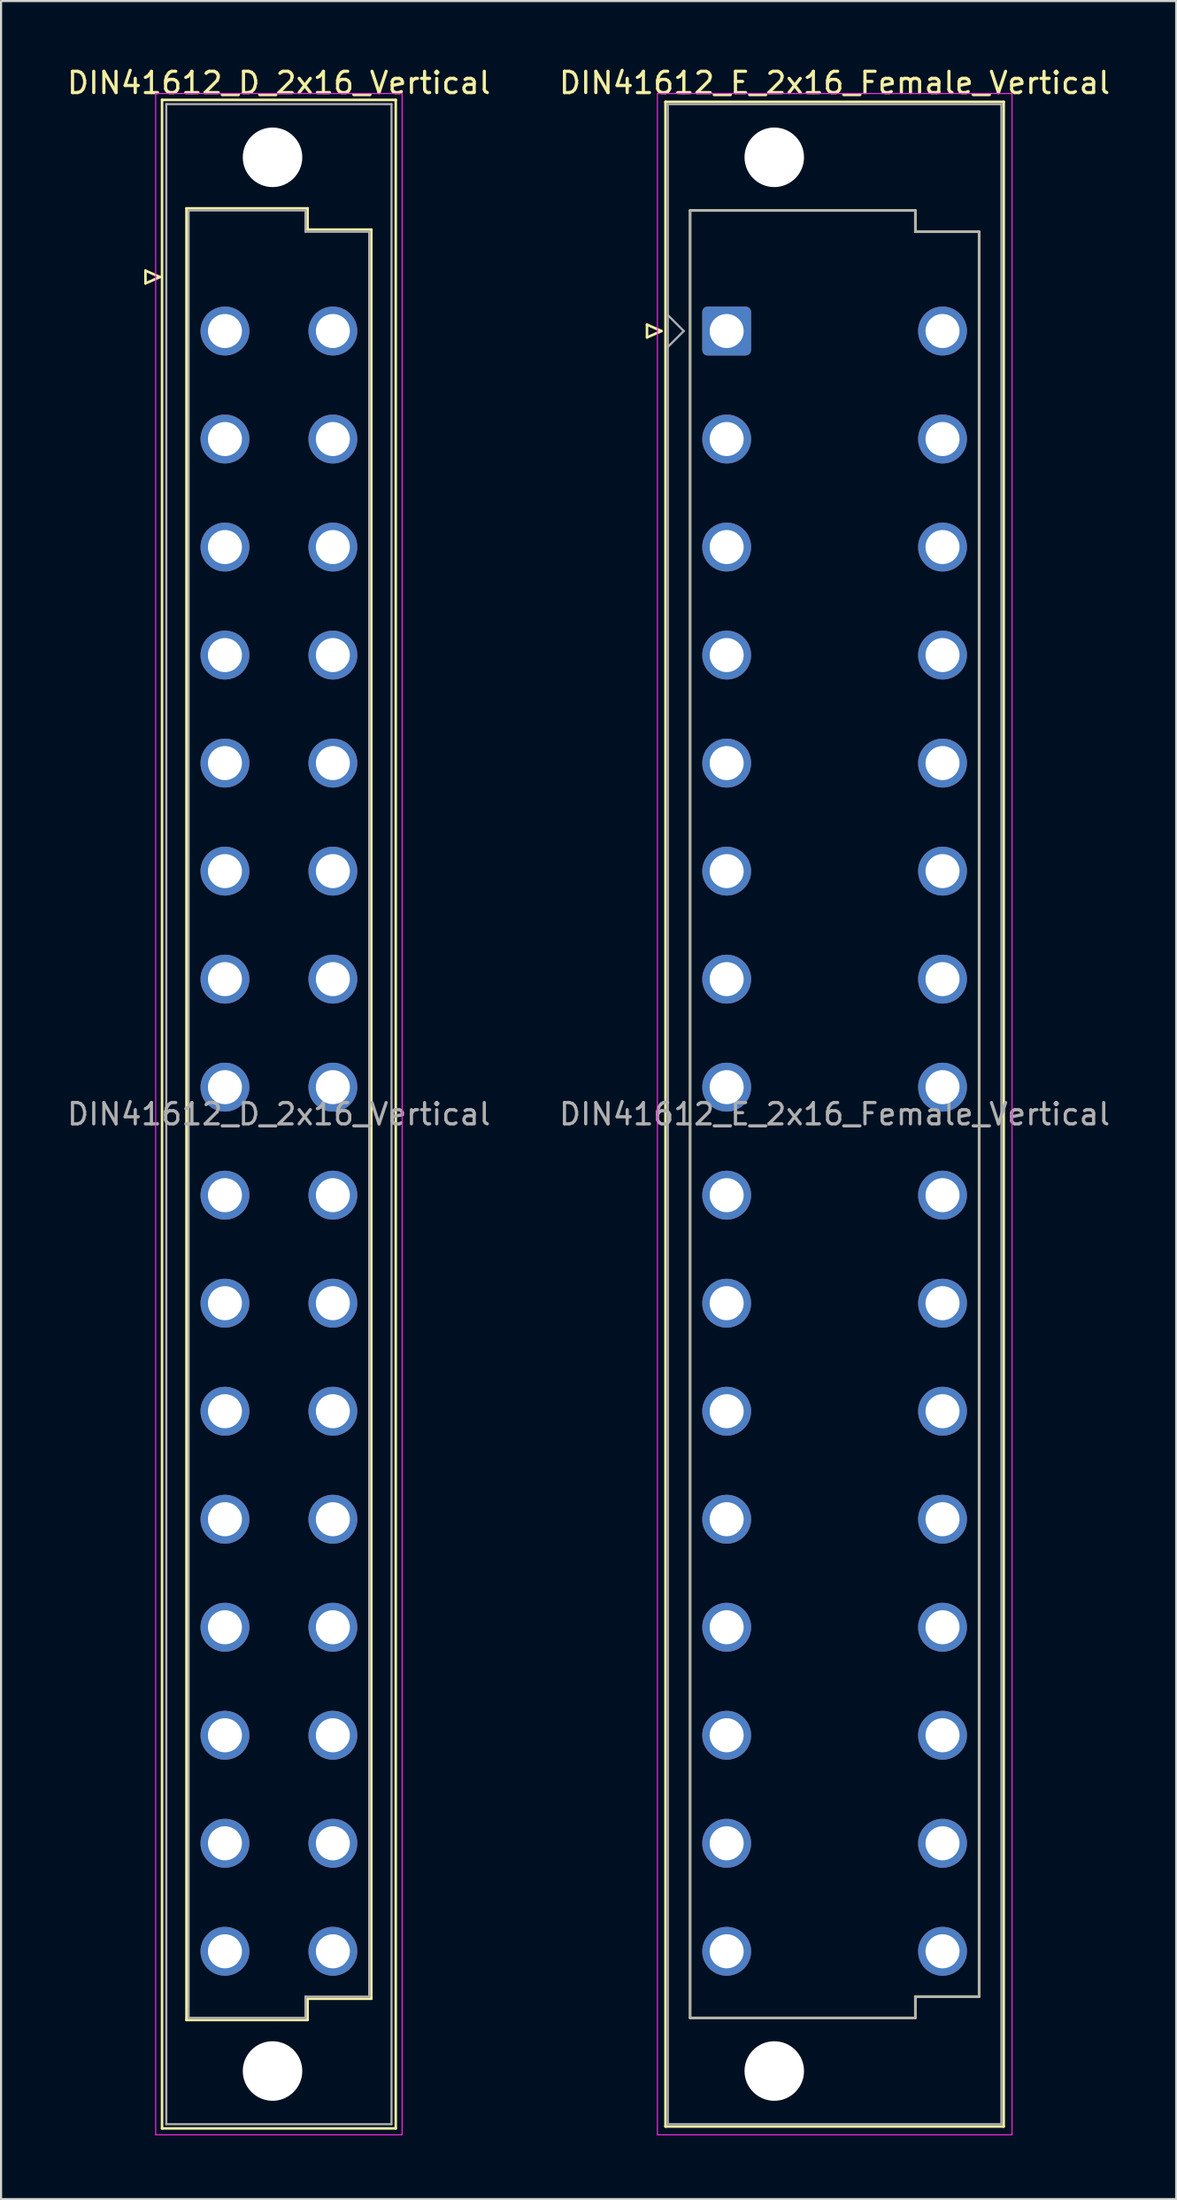
<source format=kicad_pcb>
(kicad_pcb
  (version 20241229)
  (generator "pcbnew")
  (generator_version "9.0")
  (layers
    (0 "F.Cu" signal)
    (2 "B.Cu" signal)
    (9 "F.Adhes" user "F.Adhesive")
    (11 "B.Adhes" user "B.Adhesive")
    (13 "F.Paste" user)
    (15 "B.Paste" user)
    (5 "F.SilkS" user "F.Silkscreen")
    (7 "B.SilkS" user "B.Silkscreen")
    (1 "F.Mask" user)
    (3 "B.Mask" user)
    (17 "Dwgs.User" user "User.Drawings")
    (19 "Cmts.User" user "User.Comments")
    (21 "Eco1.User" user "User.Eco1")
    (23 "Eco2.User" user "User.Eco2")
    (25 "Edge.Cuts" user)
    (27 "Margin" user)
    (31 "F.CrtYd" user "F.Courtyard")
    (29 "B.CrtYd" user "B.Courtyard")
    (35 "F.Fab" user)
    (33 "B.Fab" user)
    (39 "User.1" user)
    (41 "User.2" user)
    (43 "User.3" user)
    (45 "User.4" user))
  (footprint "DIN41612_E_2x16_Female_Vertical"
    (layer "F.Cu")
    (at 31.152 9.978)
    (property "Reference" "DIN41612_E_2x16_Female_Vertical" (at 5.08 -9.13 0) (layer "F.SilkS") (effects (font (size 1 1) (thickness 0.15))))
    (attr through_hole)
    (fp_line (start -3.75 2.24) (end -3.75 2.84) (stroke (width 0.12) (type solid)) (layer "F.SilkS"))
    (fp_line (start -3.75 2.84) (end -3.07 2.54) (stroke (width 0.12) (type solid)) (layer "F.SilkS"))
    (fp_line (start -3.07 2.54) (end -3.75 2.24) (stroke (width 0.12) (type solid)) (layer "F.SilkS"))
    (fp_line (start -2.88 -8.24) (end 13.04 -8.24) (stroke (width 0.12) (type solid)) (layer "F.SilkS"))
    (fp_line (start -2.88 86.98) (end -2.88 -8.24) (stroke (width 0.12) (type solid)) (layer "F.SilkS"))
    (fp_line (start -1.72 -3.13) (end 8.88 -3.13) (stroke (width 0.12) (type solid)) (layer "F.SilkS"))
    (fp_line (start -1.72 81.87) (end -1.72 -3.13) (stroke (width 0.12) (type solid)) (layer "F.SilkS"))
    (fp_line (start 8.88 -3.13) (end 8.88 -2.13) (stroke (width 0.12) (type solid)) (layer "F.SilkS"))
    (fp_line (start 8.88 -2.13) (end 11.88 -2.13) (stroke (width 0.12) (type solid)) (layer "F.SilkS"))
    (fp_line (start 8.88 80.87) (end 8.88 81.87) (stroke (width 0.12) (type solid)) (layer "F.SilkS"))
    (fp_line (start 8.88 81.87) (end -1.72 81.87) (stroke (width 0.12) (type solid)) (layer "F.SilkS"))
    (fp_line (start 11.88 -2.13) (end 11.88 80.87) (stroke (width 0.12) (type solid)) (layer "F.SilkS"))
    (fp_line (start 11.88 80.87) (end 8.88 80.87) (stroke (width 0.12) (type solid)) (layer "F.SilkS"))
    (fp_line (start 13.04 -8.24) (end 13.04 86.98) (stroke (width 0.12) (type solid)) (layer "F.SilkS"))
    (fp_line (start 13.04 86.98) (end -2.88 86.98) (stroke (width 0.12) (type solid)) (layer "F.SilkS"))
    (fp_line (start -3.26 -8.63) (end 13.43 -8.63) (stroke (width 0.05) (type solid)) (layer "F.CrtYd"))
    (fp_line (start -3.26 87.37) (end -3.26 -8.63) (stroke (width 0.05) (type solid)) (layer "F.CrtYd"))
    (fp_line (start 13.43 -8.63) (end 13.43 87.37) (stroke (width 0.05) (type solid)) (layer "F.CrtYd"))
    (fp_line (start 13.43 87.37) (end -3.26 87.37) (stroke (width 0.05) (type solid)) (layer "F.CrtYd"))
    (fp_line (start -2.77 -8.13) (end 12.93 -8.13) (stroke (width 0.1) (type solid)) (layer "F.Fab"))
    (fp_line (start -2.77 1.79) (end -2.02 2.54) (stroke (width 0.1) (type solid)) (layer "F.Fab"))
    (fp_line (start -2.77 86.87) (end -2.77 -8.13) (stroke (width 0.1) (type solid)) (layer "F.Fab"))
    (fp_line (start -2.02 2.54) (end -2.77 3.29) (stroke (width 0.1) (type solid)) (layer "F.Fab"))
    (fp_line (start -1.72 -3.13) (end 8.88 -3.13) (stroke (width 0.1) (type solid)) (layer "F.Fab"))
    (fp_line (start -1.72 81.87) (end -1.72 -3.13) (stroke (width 0.1) (type solid)) (layer "F.Fab"))
    (fp_line (start 8.88 -3.13) (end 8.88 -2.13) (stroke (width 0.1) (type solid)) (layer "F.Fab"))
    (fp_line (start 8.88 -2.13) (end 11.88 -2.13) (stroke (width 0.1) (type solid)) (layer "F.Fab"))
    (fp_line (start 8.88 80.87) (end 8.88 81.87) (stroke (width 0.1) (type solid)) (layer "F.Fab"))
    (fp_line (start 8.88 81.87) (end -1.72 81.87) (stroke (width 0.1) (type solid)) (layer "F.Fab"))
    (fp_line (start 11.88 -2.13) (end 11.88 80.87) (stroke (width 0.1) (type solid)) (layer "F.Fab"))
    (fp_line (start 11.88 80.87) (end 8.88 80.87) (stroke (width 0.1) (type solid)) (layer "F.Fab"))
    (fp_line (start 12.93 -8.13) (end 12.93 86.87) (stroke (width 0.1) (type solid)) (layer "F.Fab"))
    (fp_line (start 12.93 86.87) (end -2.77 86.87) (stroke (width 0.1) (type solid)) (layer "F.Fab"))
    (fp_text user "${REFERENCE}" (at 5.08 39.37 0) (layer "F.Fab") (effects (font (size 1 1) (thickness 0.15))))
    (pad "" np_thru_hole circle (at 2.24 -5.63) (size 2.8 2.8) (drill 2.8) (layers "*.Cu" "*.Mask"))
    (pad "" np_thru_hole circle (at 2.24 84.37) (size 2.8 2.8) (drill 2.8) (layers "*.Cu" "*.Mask"))
    (pad "a2" thru_hole roundrect (at 0 2.54) (size 2.3 2.3) (drill 1.6) (layers "*.Cu" "*.Mask") (roundrect_rratio 0.109))
    (pad "a4" thru_hole circle (at 0 7.62) (size 2.3 2.3) (drill 1.6) (layers "*.Cu" "*.Mask"))
    (pad "a6" thru_hole circle (at 0 12.7) (size 2.3 2.3) (drill 1.6) (layers "*.Cu" "*.Mask"))
    (pad "a8" thru_hole circle (at 0 17.78) (size 2.3 2.3) (drill 1.6) (layers "*.Cu" "*.Mask"))
    (pad "a10" thru_hole circle (at 0 22.86) (size 2.3 2.3) (drill 1.6) (layers "*.Cu" "*.Mask"))
    (pad "a12" thru_hole circle (at 0 27.94) (size 2.3 2.3) (drill 1.6) (layers "*.Cu" "*.Mask"))
    (pad "a14" thru_hole circle (at 0 33.02) (size 2.3 2.3) (drill 1.6) (layers "*.Cu" "*.Mask"))
    (pad "a16" thru_hole circle (at 0 38.1) (size 2.3 2.3) (drill 1.6) (layers "*.Cu" "*.Mask"))
    (pad "a18" thru_hole circle (at 0 43.18) (size 2.3 2.3) (drill 1.6) (layers "*.Cu" "*.Mask"))
    (pad "a20" thru_hole circle (at 0 48.26) (size 2.3 2.3) (drill 1.6) (layers "*.Cu" "*.Mask"))
    (pad "a22" thru_hole circle (at 0 53.34) (size 2.3 2.3) (drill 1.6) (layers "*.Cu" "*.Mask"))
    (pad "a24" thru_hole circle (at 0 58.42) (size 2.3 2.3) (drill 1.6) (layers "*.Cu" "*.Mask"))
    (pad "a26" thru_hole circle (at 0 63.5) (size 2.3 2.3) (drill 1.6) (layers "*.Cu" "*.Mask"))
    (pad "a28" thru_hole circle (at 0 68.58) (size 2.3 2.3) (drill 1.6) (layers "*.Cu" "*.Mask"))
    (pad "a30" thru_hole circle (at 0 73.66) (size 2.3 2.3) (drill 1.6) (layers "*.Cu" "*.Mask"))
    (pad "a32" thru_hole circle (at 0 78.74) (size 2.3 2.3) (drill 1.6) (layers "*.Cu" "*.Mask"))
    (pad "e2" thru_hole circle (at 10.16 2.54) (size 2.3 2.3) (drill 1.6) (layers "*.Cu" "*.Mask"))
    (pad "e4" thru_hole circle (at 10.16 7.62) (size 2.3 2.3) (drill 1.6) (layers "*.Cu" "*.Mask"))
    (pad "e6" thru_hole circle (at 10.16 12.7) (size 2.3 2.3) (drill 1.6) (layers "*.Cu" "*.Mask"))
    (pad "e8" thru_hole circle (at 10.16 17.78) (size 2.3 2.3) (drill 1.6) (layers "*.Cu" "*.Mask"))
    (pad "e10" thru_hole circle (at 10.16 22.86) (size 2.3 2.3) (drill 1.6) (layers "*.Cu" "*.Mask"))
    (pad "e12" thru_hole circle (at 10.16 27.94) (size 2.3 2.3) (drill 1.6) (layers "*.Cu" "*.Mask"))
    (pad "e14" thru_hole circle (at 10.16 33.02) (size 2.3 2.3) (drill 1.6) (layers "*.Cu" "*.Mask"))
    (pad "e16" thru_hole circle (at 10.16 38.1) (size 2.3 2.3) (drill 1.6) (layers "*.Cu" "*.Mask"))
    (pad "e18" thru_hole circle (at 10.16 43.18) (size 2.3 2.3) (drill 1.6) (layers "*.Cu" "*.Mask"))
    (pad "e20" thru_hole circle (at 10.16 48.26) (size 2.3 2.3) (drill 1.6) (layers "*.Cu" "*.Mask"))
    (pad "e22" thru_hole circle (at 10.16 53.34) (size 2.3 2.3) (drill 1.6) (layers "*.Cu" "*.Mask"))
    (pad "e24" thru_hole circle (at 10.16 58.42) (size 2.3 2.3) (drill 1.6) (layers "*.Cu" "*.Mask"))
    (pad "e26" thru_hole circle (at 10.16 63.5) (size 2.3 2.3) (drill 1.6) (layers "*.Cu" "*.Mask"))
    (pad "e28" thru_hole circle (at 10.16 68.58) (size 2.3 2.3) (drill 1.6) (layers "*.Cu" "*.Mask"))
    (pad "e30" thru_hole circle (at 10.16 73.66) (size 2.3 2.3) (drill 1.6) (layers "*.Cu" "*.Mask"))
    (pad "e32" thru_hole circle (at 10.16 78.74) (size 2.3 2.3) (drill 1.6) (layers "*.Cu" "*.Mask")))
  (footprint "DIN41612_D_2x16_Vertical"
    (layer "F.Cu")
    (at 7.537 9.978)
    (property "Reference" "DIN41612_D_2x16_Vertical" (at 2.54 -9.13 0) (layer "F.SilkS") (effects (font (size 1 1) (thickness 0.15))))
    (attr through_hole)
    (fp_line (start -3.74 -0.3) (end -3.74 0.3) (stroke (width 0.12) (type solid)) (layer "F.SilkS"))
    (fp_line (start -3.74 0.3) (end -3.06 0) (stroke (width 0.12) (type solid)) (layer "F.SilkS"))
    (fp_line (start -3.06 0) (end -3.74 -0.3) (stroke (width 0.12) (type solid)) (layer "F.SilkS"))
    (fp_line (start -2.96 -8.33) (end 8.04 -8.33) (stroke (width 0.12) (type solid)) (layer "F.SilkS"))
    (fp_line (start -2.96 87.07) (end -2.96 -8.33) (stroke (width 0.12) (type solid)) (layer "F.SilkS"))
    (fp_line (start -1.81 -3.23) (end 3.89 -3.23) (stroke (width 0.12) (type solid)) (layer "F.SilkS"))
    (fp_line (start -1.81 81.97) (end -1.81 -3.23) (stroke (width 0.12) (type solid)) (layer "F.SilkS"))
    (fp_line (start 3.89 -3.23) (end 3.89 -2.23) (stroke (width 0.12) (type solid)) (layer "F.SilkS"))
    (fp_line (start 3.89 -2.23) (end 6.89 -2.23) (stroke (width 0.12) (type solid)) (layer "F.SilkS"))
    (fp_line (start 3.89 80.97) (end 3.89 81.97) (stroke (width 0.12) (type solid)) (layer "F.SilkS"))
    (fp_line (start 3.89 81.97) (end -1.81 81.97) (stroke (width 0.12) (type solid)) (layer "F.SilkS"))
    (fp_line (start 6.89 -2.23) (end 6.89 80.97) (stroke (width 0.12) (type solid)) (layer "F.SilkS"))
    (fp_line (start 6.89 80.97) (end 3.89 80.97) (stroke (width 0.12) (type solid)) (layer "F.SilkS"))
    (fp_line (start 8.04 -8.33) (end 8.04 87.07) (stroke (width 0.12) (type solid)) (layer "F.SilkS"))
    (fp_line (start 8.04 87.07) (end -2.96 87.07) (stroke (width 0.12) (type solid)) (layer "F.SilkS"))
    (fp_line (start -3.26 -8.63) (end 8.34 -8.63) (stroke (width 0.05) (type solid)) (layer "F.CrtYd"))
    (fp_line (start -3.26 87.37) (end -3.26 -8.63) (stroke (width 0.05) (type solid)) (layer "F.CrtYd"))
    (fp_line (start 8.34 -8.63) (end 8.34 87.37) (stroke (width 0.05) (type solid)) (layer "F.CrtYd"))
    (fp_line (start 8.34 87.37) (end -3.26 87.37) (stroke (width 0.05) (type solid)) (layer "F.CrtYd"))
    (fp_line (start -2.76 -8.13) (end 7.84 -8.13) (stroke (width 0.1) (type solid)) (layer "F.Fab"))
    (fp_line (start -2.76 86.87) (end -2.76 -8.13) (stroke (width 0.1) (type solid)) (layer "F.Fab"))
    (fp_line (start -1.71 -3.13) (end 3.79 -3.13) (stroke (width 0.1) (type solid)) (layer "F.Fab"))
    (fp_line (start -1.71 81.87) (end -1.71 -3.13) (stroke (width 0.1) (type solid)) (layer "F.Fab"))
    (fp_line (start 3.79 -3.13) (end 3.79 -2.13) (stroke (width 0.1) (type solid)) (layer "F.Fab"))
    (fp_line (start 3.79 -2.13) (end 6.79 -2.13) (stroke (width 0.1) (type solid)) (layer "F.Fab"))
    (fp_line (start 3.79 80.87) (end 3.79 81.87) (stroke (width 0.1) (type solid)) (layer "F.Fab"))
    (fp_line (start 3.79 81.87) (end -1.71 81.87) (stroke (width 0.1) (type solid)) (layer "F.Fab"))
    (fp_line (start 6.79 -2.13) (end 6.79 80.87) (stroke (width 0.1) (type solid)) (layer "F.Fab"))
    (fp_line (start 6.79 80.87) (end 3.79 80.87) (stroke (width 0.1) (type solid)) (layer "F.Fab"))
    (fp_line (start 7.84 -8.13) (end 7.84 86.87) (stroke (width 0.1) (type solid)) (layer "F.Fab"))
    (fp_line (start 7.84 86.87) (end -2.76 86.87) (stroke (width 0.1) (type solid)) (layer "F.Fab"))
    (fp_text user "${REFERENCE}" (at 2.54 39.37 0) (layer "F.Fab") (effects (font (size 1 1) (thickness 0.15))))
    (pad "" np_thru_hole circle (at 2.24 -5.63) (size 2.8 2.8) (drill 2.8) (layers "*.Cu" "*.Mask"))
    (pad "" np_thru_hole circle (at 2.24 84.37) (size 2.8 2.8) (drill 2.8) (layers "*.Cu" "*.Mask"))
    (pad "a2" thru_hole circle (at 0 2.54) (size 2.3 2.3) (drill 1.6) (layers "*.Cu" "*.Mask"))
    (pad "a4" thru_hole circle (at 0 7.62) (size 2.3 2.3) (drill 1.6) (layers "*.Cu" "*.Mask"))
    (pad "a6" thru_hole circle (at 0 12.7) (size 2.3 2.3) (drill 1.6) (layers "*.Cu" "*.Mask"))
    (pad "a8" thru_hole circle (at 0 17.78) (size 2.3 2.3) (drill 1.6) (layers "*.Cu" "*.Mask"))
    (pad "a10" thru_hole circle (at 0 22.86) (size 2.3 2.3) (drill 1.6) (layers "*.Cu" "*.Mask"))
    (pad "a12" thru_hole circle (at 0 27.94) (size 2.3 2.3) (drill 1.6) (layers "*.Cu" "*.Mask"))
    (pad "a14" thru_hole circle (at 0 33.02) (size 2.3 2.3) (drill 1.6) (layers "*.Cu" "*.Mask"))
    (pad "a16" thru_hole circle (at 0 38.1) (size 2.3 2.3) (drill 1.6) (layers "*.Cu" "*.Mask"))
    (pad "a18" thru_hole circle (at 0 43.18) (size 2.3 2.3) (drill 1.6) (layers "*.Cu" "*.Mask"))
    (pad "a20" thru_hole circle (at 0 48.26) (size 2.3 2.3) (drill 1.6) (layers "*.Cu" "*.Mask"))
    (pad "a22" thru_hole circle (at 0 53.34) (size 2.3 2.3) (drill 1.6) (layers "*.Cu" "*.Mask"))
    (pad "a24" thru_hole circle (at 0 58.42) (size 2.3 2.3) (drill 1.6) (layers "*.Cu" "*.Mask"))
    (pad "a26" thru_hole circle (at 0 63.5) (size 2.3 2.3) (drill 1.6) (layers "*.Cu" "*.Mask"))
    (pad "a28" thru_hole circle (at 0 68.58) (size 2.3 2.3) (drill 1.6) (layers "*.Cu" "*.Mask"))
    (pad "a30" thru_hole circle (at 0 73.66) (size 2.3 2.3) (drill 1.6) (layers "*.Cu" "*.Mask"))
    (pad "a32" thru_hole circle (at 0 78.74) (size 2.3 2.3) (drill 1.6) (layers "*.Cu" "*.Mask"))
    (pad "c2" thru_hole circle (at 5.08 2.54) (size 2.3 2.3) (drill 1.6) (layers "*.Cu" "*.Mask"))
    (pad "c4" thru_hole circle (at 5.08 7.62) (size 2.3 2.3) (drill 1.6) (layers "*.Cu" "*.Mask"))
    (pad "c6" thru_hole circle (at 5.08 12.7) (size 2.3 2.3) (drill 1.6) (layers "*.Cu" "*.Mask"))
    (pad "c8" thru_hole circle (at 5.08 17.78) (size 2.3 2.3) (drill 1.6) (layers "*.Cu" "*.Mask"))
    (pad "c10" thru_hole circle (at 5.08 22.86) (size 2.3 2.3) (drill 1.6) (layers "*.Cu" "*.Mask"))
    (pad "c12" thru_hole circle (at 5.08 27.94) (size 2.3 2.3) (drill 1.6) (layers "*.Cu" "*.Mask"))
    (pad "c14" thru_hole circle (at 5.08 33.02) (size 2.3 2.3) (drill 1.6) (layers "*.Cu" "*.Mask"))
    (pad "c16" thru_hole circle (at 5.08 38.1) (size 2.3 2.3) (drill 1.6) (layers "*.Cu" "*.Mask"))
    (pad "c18" thru_hole circle (at 5.08 43.18) (size 2.3 2.3) (drill 1.6) (layers "*.Cu" "*.Mask"))
    (pad "c20" thru_hole circle (at 5.08 48.26) (size 2.3 2.3) (drill 1.6) (layers "*.Cu" "*.Mask"))
    (pad "c22" thru_hole circle (at 5.08 53.34) (size 2.3 2.3) (drill 1.6) (layers "*.Cu" "*.Mask"))
    (pad "c24" thru_hole circle (at 5.08 58.42) (size 2.3 2.3) (drill 1.6) (layers "*.Cu" "*.Mask"))
    (pad "c26" thru_hole circle (at 5.08 63.5) (size 2.3 2.3) (drill 1.6) (layers "*.Cu" "*.Mask"))
    (pad "c28" thru_hole circle (at 5.08 68.58) (size 2.3 2.3) (drill 1.6) (layers "*.Cu" "*.Mask"))
    (pad "c30" thru_hole circle (at 5.08 73.66) (size 2.3 2.3) (drill 1.6) (layers "*.Cu" "*.Mask"))
    (pad "c32" thru_hole circle (at 5.08 78.74) (size 2.3 2.3) (drill 1.6) (layers "*.Cu" "*.Mask")))
  (gr_rect
    (start -3 -3)
    (end 52.31 100.373)
    (stroke (width 0.1) (type default))
    (fill no)
    (layer "Edge.Cuts")))
</source>
